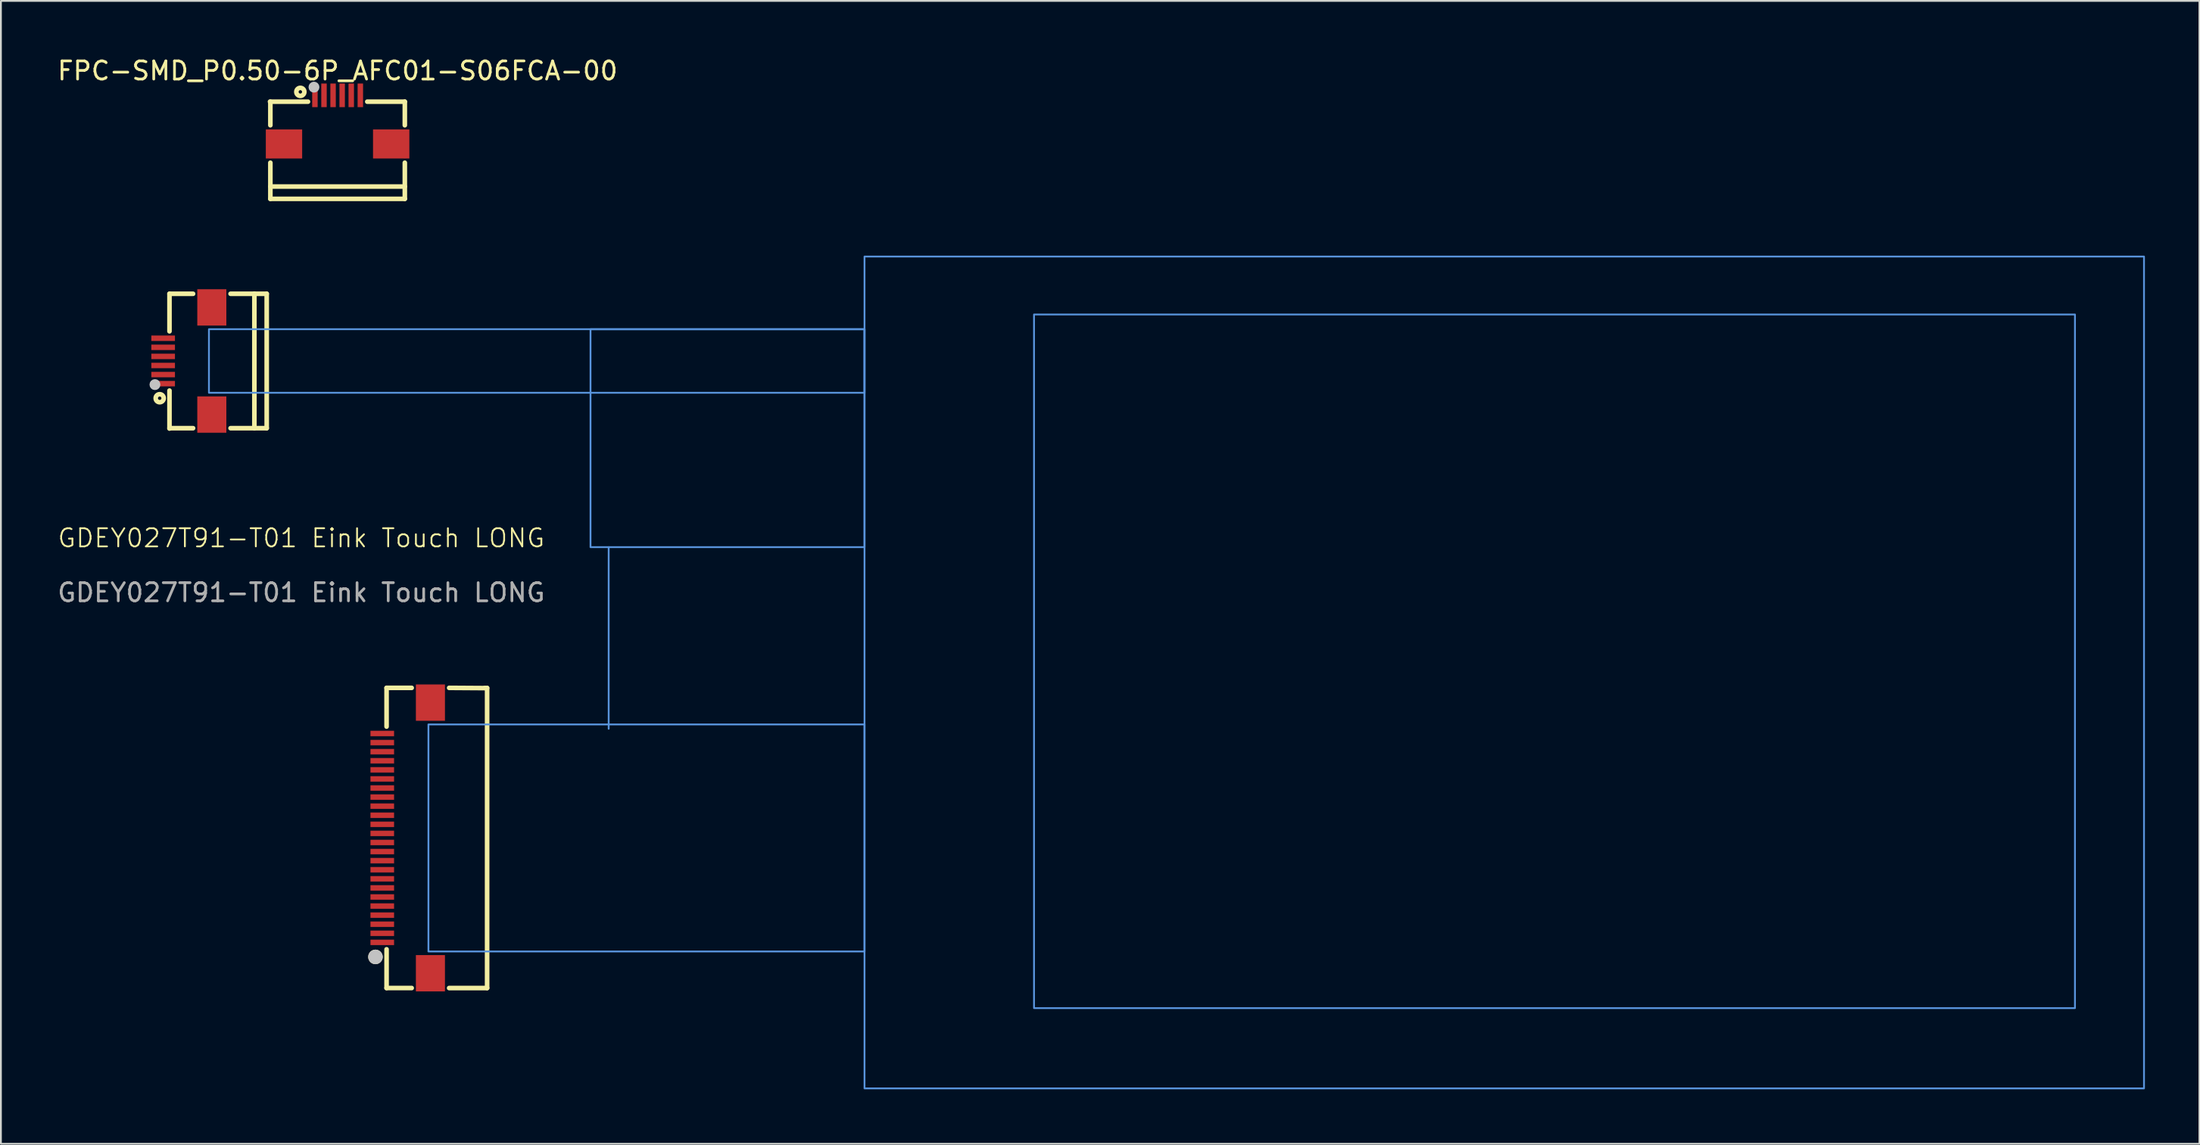
<source format=kicad_pcb>
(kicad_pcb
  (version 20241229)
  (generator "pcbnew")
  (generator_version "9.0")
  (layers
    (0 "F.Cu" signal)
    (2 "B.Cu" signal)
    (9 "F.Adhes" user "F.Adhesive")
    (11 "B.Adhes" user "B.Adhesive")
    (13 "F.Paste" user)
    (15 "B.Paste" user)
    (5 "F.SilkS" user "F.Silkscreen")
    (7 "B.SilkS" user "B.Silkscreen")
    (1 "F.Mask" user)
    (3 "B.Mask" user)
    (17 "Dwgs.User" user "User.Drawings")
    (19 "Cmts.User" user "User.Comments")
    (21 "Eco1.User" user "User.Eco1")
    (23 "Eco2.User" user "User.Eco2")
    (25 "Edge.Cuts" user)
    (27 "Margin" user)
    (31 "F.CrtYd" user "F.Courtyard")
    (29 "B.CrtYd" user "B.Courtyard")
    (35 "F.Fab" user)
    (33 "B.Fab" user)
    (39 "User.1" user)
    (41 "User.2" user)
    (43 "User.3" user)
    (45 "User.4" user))
  (footprint "GDEY027T91-T01 Eink Touch LONG"
    (layer "F.Cu")
    (at 30.03 31.075)
    (property "Reference" "GDEY027T91-T01 Eink Touch LONG" (at -16.5 -4.5 0) (unlocked yes) (layer "F.SilkS") (effects (font (size 1 1) (thickness 0.1))))
    (attr smd)
    (fp_line (start -23.752 -17.95) (end -23.752 -15.883) (stroke (width 0.254) (type default)) (layer "F.SilkS"))
    (fp_line (start -23.752 -12.621) (end -23.752 -10.53) (stroke (width 0.254) (type default)) (layer "F.SilkS"))
    (fp_line (start -23.752 -10.55) (end -22.453 -10.55) (stroke (width 0.254) (type default)) (layer "F.SilkS"))
    (fp_line (start -22.453 -17.95) (end -23.752 -17.95) (stroke (width 0.254) (type default)) (layer "F.SilkS"))
    (fp_line (start -20.391 -10.55) (end -18.401 -10.55) (stroke (width 0.254) (type default)) (layer "F.SilkS"))
    (fp_line (start -19.08 -10.55) (end -19.08 -17.95) (stroke (width 0.254) (type default)) (layer "F.SilkS"))
    (fp_line (start -18.401 -17.95) (end -20.391 -17.95) (stroke (width 0.254) (type default)) (layer "F.SilkS"))
    (fp_line (start -18.401 -10.55) (end -18.401 -17.95) (stroke (width 0.254) (type default)) (layer "F.SilkS"))
    (fp_line (start -11.804 3.747) (end -11.804 5.879) (stroke (width 0.254) (type default)) (layer "F.SilkS"))
    (fp_line (start -11.804 18.141) (end -11.804 20.273) (stroke (width 0.254) (type default)) (layer "F.SilkS"))
    (fp_line (start -11.804 20.273) (end -10.422 20.273) (stroke (width 0.254) (type default)) (layer "F.SilkS"))
    (fp_line (start -10.422 3.747) (end -11.804 3.747) (stroke (width 0.254) (type default)) (layer "F.SilkS"))
    (fp_line (start -8.361 20.274) (end -6.271 20.274) (stroke (width 0.254) (type default)) (layer "F.SilkS"))
    (fp_line (start -6.366 3.76) (end -8.36 3.747) (stroke (width 0.254) (type default)) (layer "F.SilkS"))
    (fp_line (start -6.271 3.754) (end -6.397 3.754) (stroke (width 0.254) (type default)) (layer "F.SilkS"))
    (fp_line (start -6.271 20.274) (end -6.271 3.754) (stroke (width 0.254) (type default)) (layer "F.SilkS"))
    (fp_circle (center -24.291 -12.2) (end -24.291 -12.421) (stroke (width 0.254) (type default)) (fill no) (layer "F.SilkS"))
    (fp_circle (center -12.416 18.56) (end -12.416 18.36) (stroke (width 0.4) (type default)) (fill no) (layer "F.SilkS"))
    (fp_circle (center -24.552 -12.95) (end -24.552 -13.1) (stroke (width 0.3) (type default)) (fill no) (layer "Dwgs.User"))
    (fp_circle (center -12.416 18.56) (end -12.416 18.36) (stroke (width 0.4) (type default)) (fill no) (layer "Dwgs.User"))
    (fp_line (start 0.42 -4) (end 0.42 6) (stroke (width 0.1) (type default)) (layer "Cmts.User"))
    (fp_rect (start -21.58 -16) (end 14.5 -12.5) (stroke (width 0.1) (type default)) (fill no) (layer "Cmts.User"))
    (fp_rect (start -0.58 -16) (end 14.5 -4) (stroke (width 0.1) (type default)) (fill no) (layer "Cmts.User"))
    (fp_rect (start 14.5 18.26) (end -9.5 5.76) (stroke (width 0.1) (type default)) (fill no) (layer "Cmts.User"))
    (fp_rect (start 81.12 21.38) (end 23.83 -16.81) (stroke (width 0.1) (type solid)) (fill no) (layer "Cmts.User"))
    (fp_rect (start 84.92 25.8) (end 14.5 -20) (stroke (width 0.1) (type solid)) (fill no) (layer "Cmts.User"))
    (fp_poly (pts (xy -23.701 -15.602) (xy -23.701 -15.402) (xy -24.5 -15.402) (xy -24.5 -15.602)) (stroke (width 0.1) (type default)) (fill no) (layer "User.1"))
    (fp_poly (pts (xy -23.701 -15.398) (xy -23.701 -15.598) (xy -24.5 -15.598) (xy -24.5 -15.398)) (stroke (width 0.1) (type default)) (fill no) (layer "User.1"))
    (fp_poly (pts (xy -23.701 -15.102) (xy -23.701 -14.902) (xy -24.5 -14.902) (xy -24.5 -15.102)) (stroke (width 0.1) (type default)) (fill no) (layer "User.1"))
    (fp_poly (pts (xy -23.701 -14.602) (xy -23.701 -14.402) (xy -24.5 -14.402) (xy -24.5 -14.602)) (stroke (width 0.1) (type default)) (fill no) (layer "User.1"))
    (fp_poly (pts (xy -23.701 -14.102) (xy -23.701 -13.902) (xy -24.5 -13.902) (xy -24.5 -14.102)) (stroke (width 0.1) (type default)) (fill no) (layer "User.1"))
    (fp_poly (pts (xy -23.701 -13.602) (xy -23.701 -13.402) (xy -24.5 -13.402) (xy -24.5 -13.602)) (stroke (width 0.1) (type default)) (fill no) (layer "User.1"))
    (fp_poly (pts (xy -21.971 -17.9) (xy -20.971 -17.9) (xy -20.971 -16.5) (xy -21.971 -16.5)) (stroke (width 0.1) (type default)) (fill no) (layer "User.1"))
    (fp_poly (pts (xy -21.971 -12) (xy -20.971 -12) (xy -20.971 -10.6) (xy -21.971 -10.6)) (stroke (width 0.1) (type default)) (fill no) (layer "User.1"))
    (fp_poly (pts (xy -11.671 6.16) (xy -11.671 6.36) (xy -12.421 6.36) (xy -12.421 6.16)) (stroke (width 0.1) (type default)) (fill no) (layer "User.1"))
    (fp_poly (pts (xy -11.671 6.66) (xy -11.671 6.86) (xy -12.421 6.86) (xy -12.421 6.66)) (stroke (width 0.1) (type default)) (fill no) (layer "User.1"))
    (fp_poly (pts (xy -11.671 7.16) (xy -11.671 7.36) (xy -12.421 7.36) (xy -12.421 7.16)) (stroke (width 0.1) (type default)) (fill no) (layer "User.1"))
    (fp_poly (pts (xy -11.671 7.66) (xy -11.671 7.86) (xy -12.421 7.86) (xy -12.421 7.66)) (stroke (width 0.1) (type default)) (fill no) (layer "User.1"))
    (fp_poly (pts (xy -11.671 8.16) (xy -11.671 8.36) (xy -12.421 8.36) (xy -12.421 8.16)) (stroke (width 0.1) (type default)) (fill no) (layer "User.1"))
    (fp_poly (pts (xy -11.671 8.66) (xy -11.671 8.86) (xy -12.421 8.86) (xy -12.421 8.66)) (stroke (width 0.1) (type default)) (fill no) (layer "User.1"))
    (fp_poly (pts (xy -11.671 9.16) (xy -11.671 9.36) (xy -12.421 9.36) (xy -12.421 9.16)) (stroke (width 0.1) (type default)) (fill no) (layer "User.1"))
    (fp_poly (pts (xy -11.671 9.66) (xy -11.671 9.86) (xy -12.421 9.86) (xy -12.421 9.66)) (stroke (width 0.1) (type default)) (fill no) (layer "User.1"))
    (fp_poly (pts (xy -11.671 10.16) (xy -11.671 10.36) (xy -12.421 10.36) (xy -12.421 10.16)) (stroke (width 0.1) (type default)) (fill no) (layer "User.1"))
    (fp_poly (pts (xy -11.671 10.66) (xy -11.671 10.86) (xy -12.421 10.86) (xy -12.421 10.66)) (stroke (width 0.1) (type default)) (fill no) (layer "User.1"))
    (fp_poly (pts (xy -11.671 11.16) (xy -11.671 11.36) (xy -12.421 11.36) (xy -12.421 11.16)) (stroke (width 0.1) (type default)) (fill no) (layer "User.1"))
    (fp_poly (pts (xy -11.671 11.66) (xy -11.671 11.86) (xy -12.421 11.86) (xy -12.421 11.66)) (stroke (width 0.1) (type default)) (fill no) (layer "User.1"))
    (fp_poly (pts (xy -11.671 12.16) (xy -11.671 12.36) (xy -12.421 12.36) (xy -12.421 12.16)) (stroke (width 0.1) (type default)) (fill no) (layer "User.1"))
    (fp_poly (pts (xy -11.671 12.66) (xy -11.671 12.86) (xy -12.421 12.86) (xy -12.421 12.66)) (stroke (width 0.1) (type default)) (fill no) (layer "User.1"))
    (fp_poly (pts (xy -11.671 13.16) (xy -11.671 13.36) (xy -12.421 13.36) (xy -12.421 13.16)) (stroke (width 0.1) (type default)) (fill no) (layer "User.1"))
    (fp_poly (pts (xy -11.671 13.66) (xy -11.671 13.86) (xy -12.421 13.86) (xy -12.421 13.66)) (stroke (width 0.1) (type default)) (fill no) (layer "User.1"))
    (fp_poly (pts (xy -11.671 14.16) (xy -11.671 14.36) (xy -12.421 14.36) (xy -12.421 14.16)) (stroke (width 0.1) (type default)) (fill no) (layer "User.1"))
    (fp_poly (pts (xy -11.671 14.66) (xy -11.671 14.86) (xy -12.421 14.86) (xy -12.421 14.66)) (stroke (width 0.1) (type default)) (fill no) (layer "User.1"))
    (fp_poly (pts (xy -11.671 15.16) (xy -11.671 15.36) (xy -12.421 15.36) (xy -12.421 15.16)) (stroke (width 0.1) (type default)) (fill no) (layer "User.1"))
    (fp_poly (pts (xy -11.671 15.66) (xy -11.671 15.86) (xy -12.421 15.86) (xy -12.421 15.66)) (stroke (width 0.1) (type default)) (fill no) (layer "User.1"))
    (fp_poly (pts (xy -11.671 16.16) (xy -11.671 16.36) (xy -12.421 16.36) (xy -12.421 16.16)) (stroke (width 0.1) (type default)) (fill no) (layer "User.1"))
    (fp_poly (pts (xy -11.671 16.66) (xy -11.671 16.86) (xy -12.421 16.86) (xy -12.421 16.66)) (stroke (width 0.1) (type default)) (fill no) (layer "User.1"))
    (fp_poly (pts (xy -11.671 17.16) (xy -11.671 17.36) (xy -12.421 17.36) (xy -12.421 17.16)) (stroke (width 0.1) (type default)) (fill no) (layer "User.1"))
    (fp_poly (pts (xy -11.671 17.66) (xy -11.671 17.86) (xy -12.421 17.86) (xy -12.421 17.66)) (stroke (width 0.1) (type default)) (fill no) (layer "User.1"))
    (fp_poly (pts (xy -9.891 3.81) (xy -8.891 3.81) (xy -8.891 5.31) (xy -9.891 5.31)) (stroke (width 0.1) (type default)) (fill no) (layer "User.1"))
    (fp_poly (pts (xy -9.891 18.71) (xy -8.891 18.71) (xy -8.891 20.21) (xy -9.891 20.21)) (stroke (width 0.1) (type default)) (fill no) (layer "User.1"))
    (fp_line (start -23.75 -17.95) (end -18.401 -17.95) (stroke (width 0.051) (type default)) (layer "User.2"))
    (fp_line (start -23.75 -10.55) (end -23.75 -17.95) (stroke (width 0.051) (type default)) (layer "User.2"))
    (fp_line (start -18.401 -17.95) (end -18.401 -10.55) (stroke (width 0.051) (type default)) (layer "User.2"))
    (fp_line (start -18.401 -10.55) (end -23.75 -10.55) (stroke (width 0.051) (type default)) (layer "User.2"))
    (fp_line (start -11.721 3.81) (end -6.321 3.81) (stroke (width 0.051) (type default)) (layer "User.2"))
    (fp_line (start -11.721 20.21) (end -11.721 3.81) (stroke (width 0.051) (type default)) (layer "User.2"))
    (fp_line (start -6.321 3.81) (end -6.321 20.21) (stroke (width 0.051) (type default)) (layer "User.2"))
    (fp_line (start -6.321 20.21) (end -11.721 20.21) (stroke (width 0.051) (type default)) (layer "User.2"))
    (fp_poly (pts (xy -24.5 -10.61) (xy -24.543 -10.592) (xy -24.561 -10.55) (xy -24.543 -10.508) (xy -24.5 -10.49) (xy -24.458 -10.508) (xy -24.441 -10.55) (xy -24.458 -10.592)) (stroke (width 0.1) (type default)) (fill no) (layer "User.3"))
    (fp_poly (pts (xy -12.421 20.15) (xy -12.463 20.168) (xy -12.481 20.21) (xy -12.463 20.252) (xy -12.421 20.27) (xy -12.379 20.252) (xy -12.361 20.21) (xy -12.379 20.168)) (stroke (width 0.1) (type default)) (fill no) (layer "User.3"))
    (fp_text user "${REFERENCE}" (at -16.5 -1.5 0) (unlocked yes) (layer "F.Fab") (effects (font (size 1 1) (thickness 0.15))))
    (pad "1" smd rect (at -12.041 6.26 270) (size 0.3 1.3) (layers "F.Cu" "F.Mask" "F.Paste"))
    (pad "2" smd rect (at -12.041 6.76 270) (size 0.3 1.3) (layers "F.Cu" "F.Mask" "F.Paste"))
    (pad "3" smd rect (at -12.041 7.26 270) (size 0.3 1.3) (layers "F.Cu" "F.Mask" "F.Paste"))
    (pad "4" smd rect (at -12.041 7.76 270) (size 0.3 1.3) (layers "F.Cu" "F.Mask" "F.Paste"))
    (pad "5" smd rect (at -12.041 8.26 270) (size 0.3 1.3) (layers "F.Cu" "F.Mask" "F.Paste"))
    (pad "6" smd rect (at -12.041 8.76 270) (size 0.3 1.3) (layers "F.Cu" "F.Mask" "F.Paste"))
    (pad "7" smd rect (at -12.041 9.26 270) (size 0.3 1.3) (layers "F.Cu" "F.Mask" "F.Paste"))
    (pad "8" smd rect (at -12.041 9.76 270) (size 0.3 1.3) (layers "F.Cu" "F.Mask" "F.Paste"))
    (pad "9" smd rect (at -12.041 10.26 270) (size 0.3 1.3) (layers "F.Cu" "F.Mask" "F.Paste"))
    (pad "10" smd rect (at -12.041 10.76 270) (size 0.3 1.3) (layers "F.Cu" "F.Mask" "F.Paste"))
    (pad "11" smd rect (at -12.041 11.26 270) (size 0.3 1.3) (layers "F.Cu" "F.Mask" "F.Paste"))
    (pad "12" smd rect (at -12.041 11.76 270) (size 0.3 1.3) (layers "F.Cu" "F.Mask" "F.Paste"))
    (pad "13" smd rect (at -12.041 12.26 270) (size 0.3 1.3) (layers "F.Cu" "F.Mask" "F.Paste"))
    (pad "14" smd rect (at -12.041 12.76 270) (size 0.3 1.3) (layers "F.Cu" "F.Mask" "F.Paste"))
    (pad "15" smd rect (at -12.041 13.26 270) (size 0.3 1.3) (layers "F.Cu" "F.Mask" "F.Paste"))
    (pad "16" smd rect (at -12.041 13.76 270) (size 0.3 1.3) (layers "F.Cu" "F.Mask" "F.Paste"))
    (pad "17" smd rect (at -12.041 14.26 270) (size 0.3 1.3) (layers "F.Cu" "F.Mask" "F.Paste"))
    (pad "18" smd rect (at -12.041 14.76 270) (size 0.3 1.3) (layers "F.Cu" "F.Mask" "F.Paste"))
    (pad "19" smd rect (at -12.041 15.26 270) (size 0.3 1.3) (layers "F.Cu" "F.Mask" "F.Paste"))
    (pad "20" smd rect (at -12.041 15.76 270) (size 0.3 1.3) (layers "F.Cu" "F.Mask" "F.Paste"))
    (pad "21" smd rect (at -12.041 16.26 270) (size 0.3 1.3) (layers "F.Cu" "F.Mask" "F.Paste"))
    (pad "22" smd rect (at -12.041 16.76 270) (size 0.3 1.3) (layers "F.Cu" "F.Mask" "F.Paste"))
    (pad "23" smd rect (at -12.041 17.26 270) (size 0.3 1.3) (layers "F.Cu" "F.Mask" "F.Paste"))
    (pad "24" smd rect (at -12.041 17.76 270) (size 0.3 1.3) (layers "F.Cu" "F.Mask" "F.Paste"))
    (pad "25" smd rect (at -9.391 4.56 180) (size 1.6 2) (layers "F.Cu" "F.Mask" "F.Paste"))
    (pad "26" smd rect (at -9.391 19.46 180) (size 1.6 2) (layers "F.Cu" "F.Mask" "F.Paste"))
    (pad "101" smd rect (at -24.101 -15.502 270) (size 0.3 1.3) (layers "F.Cu" "F.Mask" "F.Paste"))
    (pad "102" smd rect (at -24.101 -15.002 270) (size 0.3 1.3) (layers "F.Cu" "F.Mask" "F.Paste"))
    (pad "103" smd rect (at -24.101 -14.502 270) (size 0.3 1.3) (layers "F.Cu" "F.Mask" "F.Paste"))
    (pad "104" smd rect (at -24.101 -14.002 270) (size 0.3 1.3) (layers "F.Cu" "F.Mask" "F.Paste"))
    (pad "105" smd rect (at -24.101 -13.502 270) (size 0.3 1.3) (layers "F.Cu" "F.Mask" "F.Paste"))
    (pad "106" smd rect (at -24.101 -13.002 270) (size 0.3 1.3) (layers "F.Cu" "F.Mask" "F.Paste"))
    (pad "107" smd rect (at -21.422 -11.3 180) (size 1.6 2) (layers "F.Cu" "F.Mask" "F.Paste"))
    (pad "108" smd rect (at -21.422 -17.2 180) (size 1.6 2) (layers "F.Cu" "F.Mask" "F.Paste")))
  (footprint "FPC-SMD_P0.50-6P_AFC01-S06FCA-00"
    (layer "F.Cu")
    (at 15.53 3.538)
    (property "Reference" "FPC-SMD_P0.50-6P_AFC01-S06FCA-00" (at 0 -2.689 0) (unlocked yes) (layer "F.SilkS") (effects (font (size 1 1) (thickness 0.15))))
    (fp_line (start -3.7 -0.99) (end -3.7 0.308) (stroke (width 0.254) (type default)) (layer "F.SilkS"))
    (fp_line (start -3.7 2.37) (end -3.7 4.36) (stroke (width 0.254) (type default)) (layer "F.SilkS"))
    (fp_line (start -3.7 3.682) (end 3.7 3.682) (stroke (width 0.254) (type default)) (layer "F.SilkS"))
    (fp_line (start -3.7 4.36) (end 3.7 4.36) (stroke (width 0.254) (type default)) (layer "F.SilkS"))
    (fp_line (start -1.629 -0.99) (end -3.72 -0.99) (stroke (width 0.254) (type default)) (layer "F.SilkS"))
    (fp_line (start 3.7 -0.99) (end 1.633 -0.99) (stroke (width 0.254) (type default)) (layer "F.SilkS"))
    (fp_line (start 3.7 0.308) (end 3.7 -0.99) (stroke (width 0.254) (type default)) (layer "F.SilkS"))
    (fp_line (start 3.7 4.36) (end 3.7 2.37) (stroke (width 0.254) (type default)) (layer "F.SilkS"))
    (fp_circle (center -2.05 -1.53) (end -1.829 -1.53) (stroke (width 0.254) (type default)) (fill no) (layer "F.SilkS"))
    (fp_circle (center -1.3 -1.79) (end -1.15 -1.79) (stroke (width 0.3) (type default)) (fill no) (layer "Dwgs.User"))
    (fp_poly (pts (xy -2.25 0.791) (xy -2.25 1.791) (xy -3.65 1.791) (xy -3.65 0.791)) (stroke (width 0.1) (type default)) (fill no) (layer "User.1"))
    (fp_poly (pts (xy -1.148 -0.939) (xy -1.348 -0.939) (xy -1.348 -1.739) (xy -1.148 -1.739)) (stroke (width 0.1) (type default)) (fill no) (layer "User.1"))
    (fp_poly (pts (xy -0.648 -0.939) (xy -0.848 -0.939) (xy -0.848 -1.739) (xy -0.648 -1.739)) (stroke (width 0.1) (type default)) (fill no) (layer "User.1"))
    (fp_poly (pts (xy -0.148 -0.939) (xy -0.348 -0.939) (xy -0.348 -1.739) (xy -0.148 -1.739)) (stroke (width 0.1) (type default)) (fill no) (layer "User.1"))
    (fp_poly (pts (xy 0.352 -0.939) (xy 0.152 -0.939) (xy 0.152 -1.739) (xy 0.352 -1.739)) (stroke (width 0.1) (type default)) (fill no) (layer "User.1"))
    (fp_poly (pts (xy 0.852 -0.939) (xy 0.652 -0.939) (xy 0.652 -1.739) (xy 0.852 -1.739)) (stroke (width 0.1) (type default)) (fill no) (layer "User.1"))
    (fp_poly (pts (xy 1.352 -0.939) (xy 1.152 -0.939) (xy 1.152 -1.739) (xy 1.352 -1.739)) (stroke (width 0.1) (type default)) (fill no) (layer "User.1"))
    (fp_poly (pts (xy 3.65 0.791) (xy 3.65 1.791) (xy 2.25 1.791) (xy 2.25 0.791)) (stroke (width 0.1) (type default)) (fill no) (layer "User.1"))
    (fp_line (start -3.7 -0.989) (end 3.7 -0.989) (stroke (width 0.051) (type default)) (layer "User.2"))
    (fp_line (start -3.7 4.361) (end -3.7 -0.989) (stroke (width 0.051) (type default)) (layer "User.2"))
    (fp_line (start 3.7 -0.989) (end 3.7 4.361) (stroke (width 0.051) (type default)) (layer "User.2"))
    (fp_line (start 3.7 4.361) (end -3.7 4.361) (stroke (width 0.051) (type default)) (layer "User.2"))
    (fp_poly (pts (xy -3.64 -1.739) (xy -3.658 -1.781) (xy -3.7 -1.799) (xy -3.742 -1.781) (xy -3.76 -1.739) (xy -3.742 -1.697) (xy -3.7 -1.679) (xy -3.658 -1.697)) (stroke (width 0.1) (type default)) (fill no) (layer "User.3"))
    (pad "1" smd rect (at -1.248 -1.339 180) (size 0.3 1.3) (layers "F.Cu" "F.Mask" "F.Paste"))
    (pad "2" smd rect (at -0.748 -1.339 180) (size 0.3 1.3) (layers "F.Cu" "F.Mask" "F.Paste"))
    (pad "3" smd rect (at -0.248 -1.339 180) (size 0.3 1.3) (layers "F.Cu" "F.Mask" "F.Paste"))
    (pad "4" smd rect (at 0.252 -1.339 180) (size 0.3 1.3) (layers "F.Cu" "F.Mask" "F.Paste"))
    (pad "5" smd rect (at 0.752 -1.339 180) (size 0.3 1.3) (layers "F.Cu" "F.Mask" "F.Paste"))
    (pad "6" smd rect (at 1.252 -1.339 180) (size 0.3 1.3) (layers "F.Cu" "F.Mask" "F.Paste"))
    (pad "7" smd rect (at -2.95 1.339 90) (size 1.6 2) (layers "F.Cu" "F.Mask" "F.Paste"))
    (pad "8" smd rect (at 2.95 1.339 90) (size 1.6 2) (layers "F.Cu" "F.Mask" "F.Paste")))
  (gr_rect
    (start -3 -3)
    (end 118 59.925)
    (stroke (width 0.1) (type default))
    (fill no)
    (layer "Edge.Cuts")))
</source>
